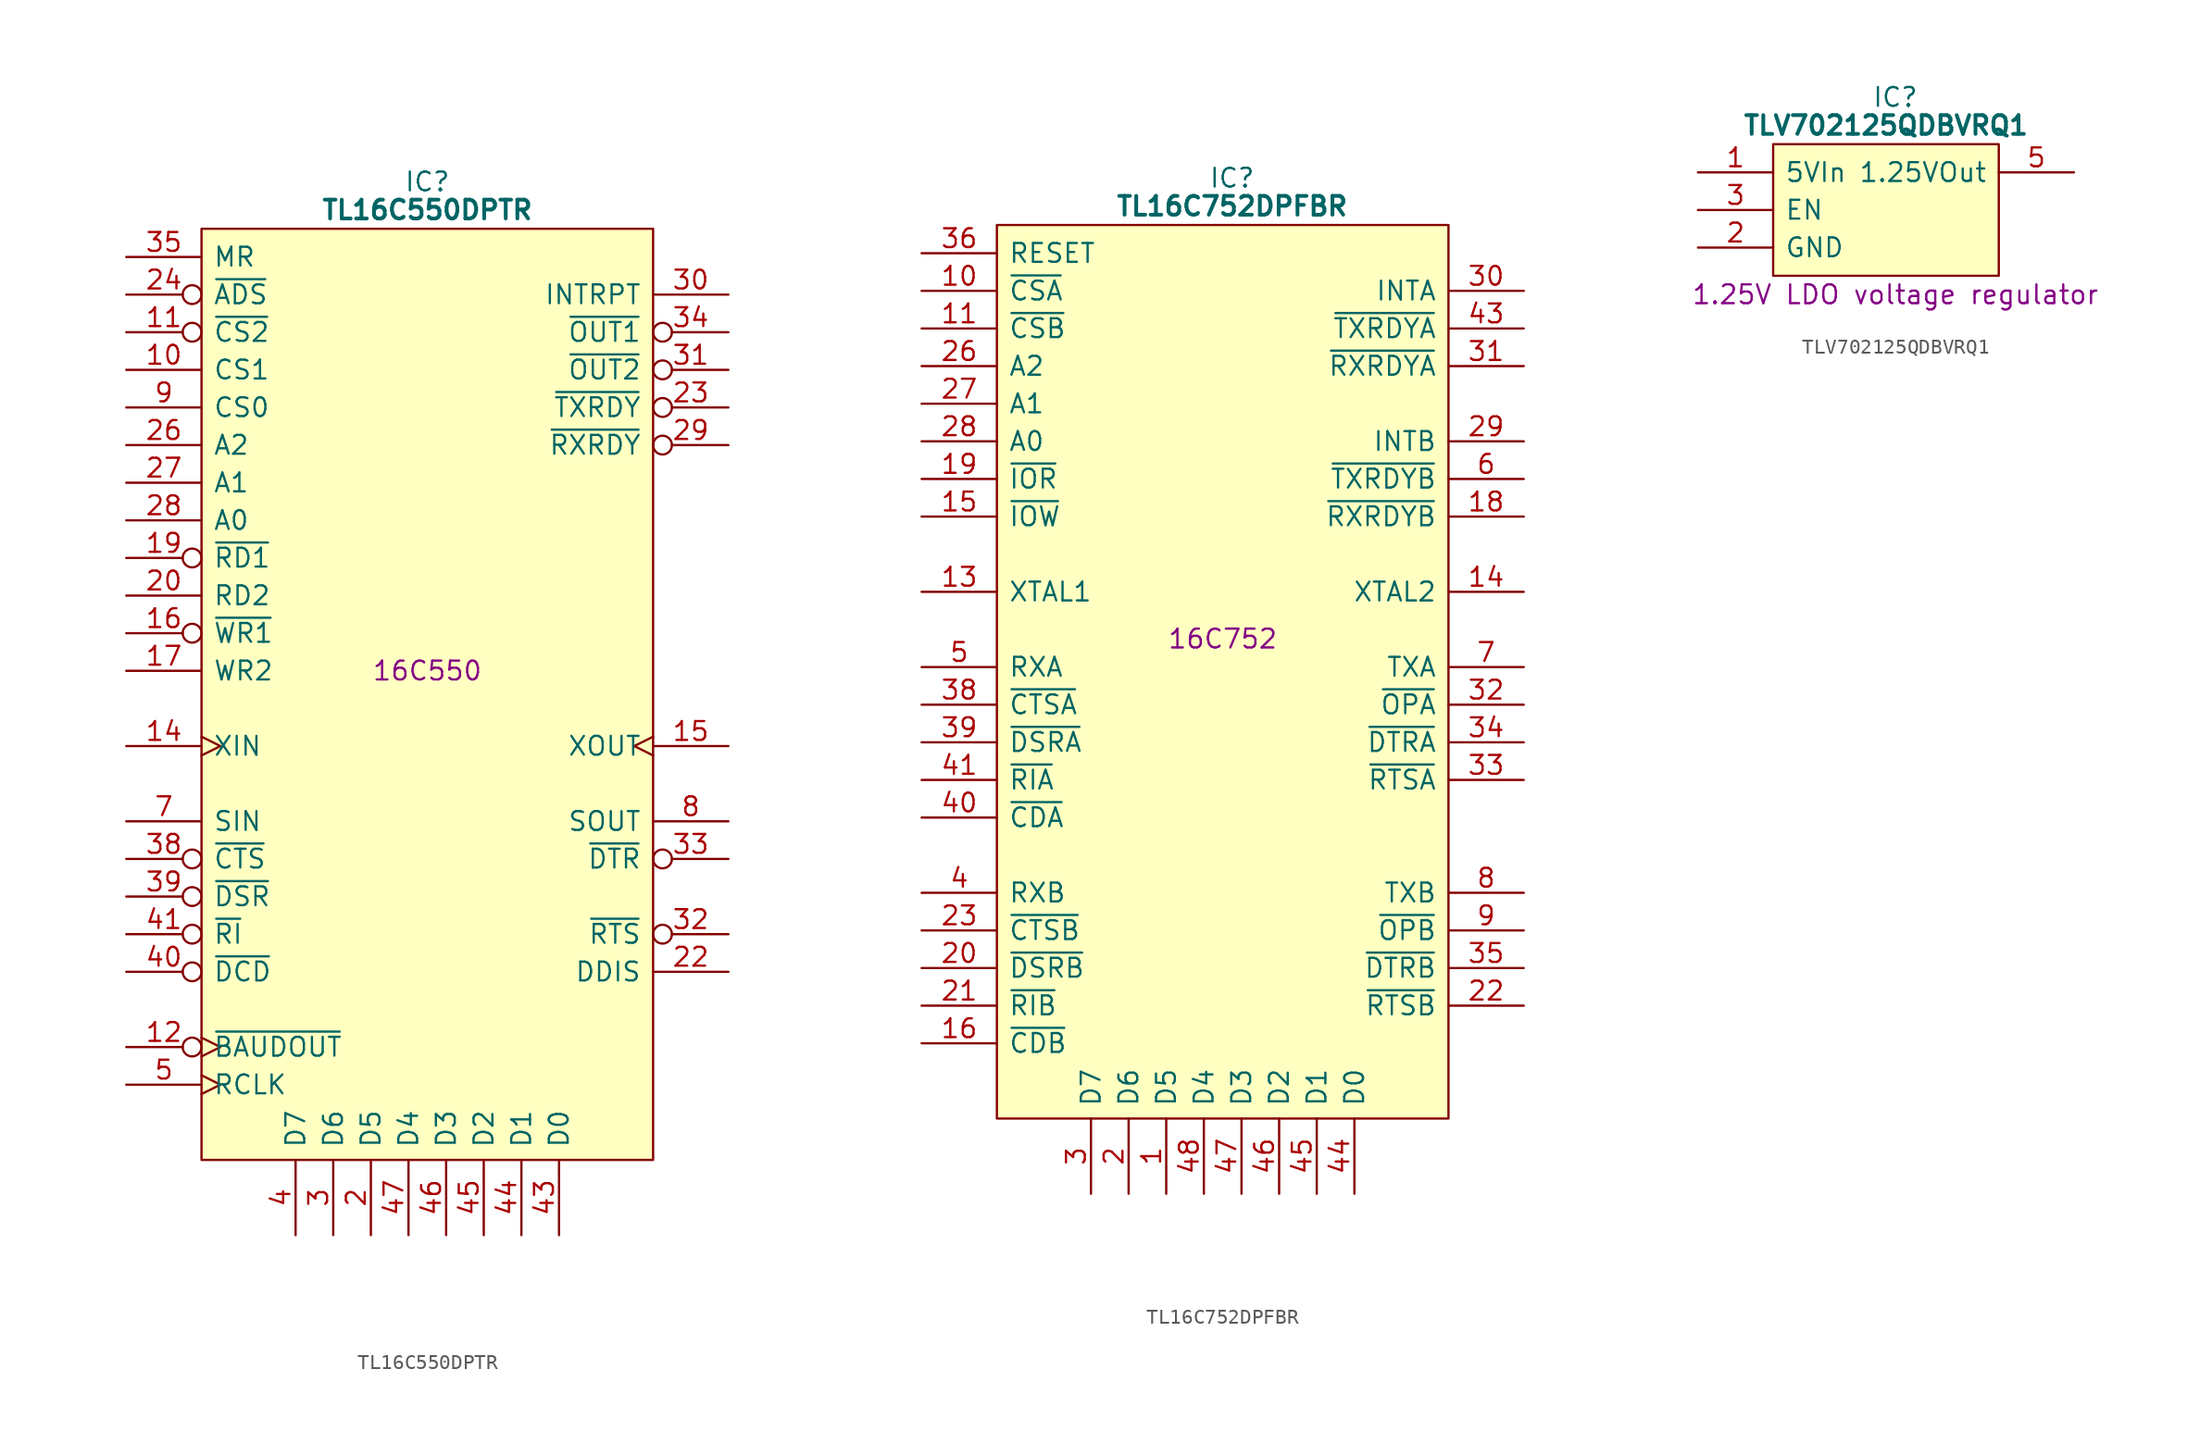
<source format=kicad_sym>
(kicad_symbol_lib
  (version 20241209)
  (generator "kicad_symbol_editor")
  (generator_version "9.0")
  (symbol "TL16C550DPTR"
    (pin_names
      (offset 0.762))
    (property "Reference" "IC"
      (at 20.32 5.08 0)
      (effects (font (size 1.27 1.27))))
    (property "Value" "TL16C550DPTR"
      (at 20.32 3.175 0)
      (effects (font (size 1.27 1.27) (bold yes))))
    (property "Description" "16C550"
      (at 20.32 -27.94 0)
      (effects (font (size 1.27 1.27))))
    (symbol "TL16C550DPTR_0_0"
      (pin input line (at 0 0 0) (length 5.08) (name "MR" (effects (font (size 1.27 1.27)))) (number "35" (effects (font (size 1.27 1.27)))))
      (pin input inverted (at 0 -2.54 0) (length 5.08) (name "~{ADS}" (effects (font (size 1.27 1.27)))) (number "24" (effects (font (size 1.27 1.27)))))
      (pin input inverted (at 0 -5.08 0) (length 5.08) (name "~{CS2}" (effects (font (size 1.27 1.27)))) (number "11" (effects (font (size 1.27 1.27)))))
      (pin input line (at 0 -7.62 0) (length 5.08) (name "CS1" (effects (font (size 1.27 1.27)))) (number "10" (effects (font (size 1.27 1.27)))))
      (pin input line (at 0 -10.16 0) (length 5.08) (name "CS0" (effects (font (size 1.27 1.27)))) (number "9" (effects (font (size 1.27 1.27)))))
      (pin input line (at 0 -12.7 0) (length 5.08) (name "A2" (effects (font (size 1.27 1.27)))) (number "26" (effects (font (size 1.27 1.27)))))
      (pin input line (at 0 -15.24 0) (length 5.08) (name "A1" (effects (font (size 1.27 1.27)))) (number "27" (effects (font (size 1.27 1.27)))))
      (pin input line (at 0 -17.78 0) (length 5.08) (name "A0" (effects (font (size 1.27 1.27)))) (number "28" (effects (font (size 1.27 1.27)))))
      (pin input inverted (at 0 -20.32 0) (length 5.08) (name "~{RD1}" (effects (font (size 1.27 1.27)))) (number "19" (effects (font (size 1.27 1.27)))))
      (pin input line (at 0 -22.86 0) (length 5.08) (name "RD2" (effects (font (size 1.27 1.27)))) (number "20" (effects (font (size 1.27 1.27)))))
      (pin input inverted (at 0 -25.4 0) (length 5.08) (name "~{WR1}" (effects (font (size 1.27 1.27)))) (number "16" (effects (font (size 1.27 1.27)))))
      (pin input line (at 0 -27.94 0) (length 5.08) (name "WR2" (effects (font (size 1.27 1.27)))) (number "17" (effects (font (size 1.27 1.27)))))
      (pin input clock (at 0 -33.02 0) (length 5.08) (name "XIN" (effects (font (size 1.27 1.27)))) (number "14" (effects (font (size 1.27 1.27)))))
      (pin input line (at 0 -38.1 0) (length 5.08) (name "SIN" (effects (font (size 1.27 1.27)))) (number "7" (effects (font (size 1.27 1.27)))))
      (pin input inverted (at 0 -40.64 0) (length 5.08) (name "~{CTS}" (effects (font (size 1.27 1.27)))) (number "38" (effects (font (size 1.27 1.27)))))
      (pin input inverted (at 0 -43.18 0) (length 5.08) (name "~{DSR}" (effects (font (size 1.27 1.27)))) (number "39" (effects (font (size 1.27 1.27)))))
      (pin input inverted (at 0 -45.72 0) (length 5.08) (name "~{RI}" (effects (font (size 1.27 1.27)))) (number "41" (effects (font (size 1.27 1.27)))))
      (pin input inverted (at 0 -48.26 0) (length 5.08) (name "~{DCD}" (effects (font (size 1.27 1.27)))) (number "40" (effects (font (size 1.27 1.27)))))
      (pin input clock (at 0 -55.88 0) (length 5.08) (name "RCLK" (effects (font (size 1.27 1.27)))) (number "5" (effects (font (size 1.27 1.27)))))
      (pin tri_state line (at 11.43 -66.04 90) (length 5.08) (name "D7" (effects (font (size 1.27 1.27)))) (number "4" (effects (font (size 1.27 1.27)))))
      (pin tri_state line (at 13.97 -66.04 90) (length 5.08) (name "D6" (effects (font (size 1.27 1.27)))) (number "3" (effects (font (size 1.27 1.27)))))
      (pin tri_state line (at 16.51 -66.04 90) (length 5.08) (name "D5" (effects (font (size 1.27 1.27)))) (number "2" (effects (font (size 1.27 1.27)))))
      (pin tri_state line (at 19.05 -66.04 90) (length 5.08) (name "D4" (effects (font (size 1.27 1.27)))) (number "47" (effects (font (size 1.27 1.27)))))
      (pin tri_state line (at 21.59 -66.04 90) (length 5.08) (name "D3" (effects (font (size 1.27 1.27)))) (number "46" (effects (font (size 1.27 1.27)))))
      (pin tri_state line (at 24.13 -66.04 90) (length 5.08) (name "D2" (effects (font (size 1.27 1.27)))) (number "45" (effects (font (size 1.27 1.27)))))
      (pin tri_state line (at 26.67 -66.04 90) (length 5.08) (name "D1" (effects (font (size 1.27 1.27)))) (number "44" (effects (font (size 1.27 1.27)))))
      (pin tri_state line (at 29.21 -66.04 90) (length 5.08) (name "D0" (effects (font (size 1.27 1.27)))) (number "43" (effects (font (size 1.27 1.27)))))
      (pin output line (at 40.64 -2.54 180) (length 5.08) (name "INTRPT" (effects (font (size 1.27 1.27)))) (number "30" (effects (font (size 1.27 1.27)))))
      (pin output inverted (at 40.64 -5.08 180) (length 5.08) (name "~{OUT1}" (effects (font (size 1.27 1.27)))) (number "34" (effects (font (size 1.27 1.27)))))
      (pin output inverted (at 40.64 -7.62 180) (length 5.08) (name "~{OUT2}" (effects (font (size 1.27 1.27)))) (number "31" (effects (font (size 1.27 1.27)))))
      (pin output inverted (at 40.64 -10.16 180) (length 5.08) (name "~{TXRDY}" (effects (font (size 1.27 1.27)))) (number "23" (effects (font (size 1.27 1.27)))))
      (pin output inverted (at 40.64 -12.7 180) (length 5.08) (name "~{RXRDY}" (effects (font (size 1.27 1.27)))) (number "29" (effects (font (size 1.27 1.27)))))
      (pin output line (at 40.64 -38.1 180) (length 5.08) (name "SOUT" (effects (font (size 1.27 1.27)))) (number "8" (effects (font (size 1.27 1.27)))))
      (pin output inverted (at 40.64 -40.64 180) (length 5.08) (name "~{DTR}" (effects (font (size 1.27 1.27)))) (number "33" (effects (font (size 1.27 1.27)))))
      (pin output inverted (at 40.64 -45.72 180) (length 5.08) (name "~{RTS}" (effects (font (size 1.27 1.27)))) (number "32" (effects (font (size 1.27 1.27)))))
      (pin output line (at 40.64 -48.26 180) (length 5.08) (name "DDIS" (effects (font (size 1.27 1.27)))) (number "22" (effects (font (size 1.27 1.27))))))
    (symbol "TL16C550DPTR_0_1"
      (polyline (pts (xy 5.08 1.905) (xy 35.56 1.905) (xy 35.56 -60.96) (xy 5.08 -60.96) (xy 5.08 1.905)) (stroke (width 0.152) (type default)) (fill (type background))))
    (symbol "TL16C550DPTR_1_0"
      (pin output inverted_clock (at 0 -53.34 0) (length 5.08) (name "~{BAUDOUT}" (effects (font (size 1.27 1.27)))) (number "12" (effects (font (size 1.27 1.27)))))
      (pin passive line (at 0 -58.42 0) (length 5.08) (hide yes) (name "GND" (effects (font (size 1.27 1.27)))) (number "18" (effects (font (size 1.27 1.27)))))
      (pin passive line (at 40.64 0 180) (length 5.08) (hide yes) (name "5V" (effects (font (size 1.27 1.27)))) (number "42" (effects (font (size 1.27 1.27)))))
      (pin no_connect line (at 40.64 -17.78 180) (length 5.08) (hide yes) (name "N.C." (effects (font (size 1.27 1.27)))) (number "1" (effects (font (size 1.27 1.27)))))
      (pin no_connect line (at 40.64 -20.32 180) (length 5.08) (hide yes) (name "N.C." (effects (font (size 1.27 1.27)))) (number "6" (effects (font (size 1.27 1.27)))))
      (pin no_connect line (at 40.64 -22.86 180) (length 5.08) (hide yes) (name "N.C." (effects (font (size 1.27 1.27)))) (number "13" (effects (font (size 1.27 1.27)))))
      (pin no_connect line (at 40.64 -25.4 180) (length 5.08) (hide yes) (name "N.C." (effects (font (size 1.27 1.27)))) (number "21" (effects (font (size 1.27 1.27)))))
      (pin no_connect line (at 40.64 -27.94 180) (length 5.08) (hide yes) (name "N.C." (effects (font (size 1.27 1.27)))) (number "25" (effects (font (size 1.27 1.27)))))
      (pin output clock (at 40.64 -33.02 180) (length 5.08) (name "XOUT" (effects (font (size 1.27 1.27)))) (number "15" (effects (font (size 1.27 1.27)))))
      (pin no_connect line (at 40.64 -53.34 180) (length 5.08) (hide yes) (name "N.C." (effects (font (size 1.27 1.27)))) (number "36" (effects (font (size 1.27 1.27)))))
      (pin no_connect line (at 40.64 -55.88 180) (length 5.08) (hide yes) (name "N.C." (effects (font (size 1.27 1.27)))) (number "37" (effects (font (size 1.27 1.27)))))
      (pin no_connect line (at 40.64 -58.42 180) (length 5.08) (hide yes) (name "N.C." (effects (font (size 1.27 1.27)))) (number "48" (effects (font (size 1.27 1.27)))))))
  (symbol "TL16C752DPFBR"
    (pin_names
      (offset 0.762))
    (property "Reference" "IC"
      (at 20.955 5.08 0)
      (effects (font (size 1.27 1.27))))
    (property "Value" "TL16C752DPFBR"
      (at 20.955 3.175 0)
      (effects (font (size 1.27 1.27) (bold yes))))
    (property "Description" "16C752"
      (at 20.32 -26.035 0)
      (effects (font (size 1.27 1.27))))
    (symbol "TL16C752DPFBR_0_0"
      (pin input line (at 0 0 0) (length 5.08) (name "RESET" (effects (font (size 1.27 1.27)))) (number "36" (effects (font (size 1.27 1.27)))))
      (pin input line (at 0 -2.54 0) (length 5.08) (name "~{CSA}" (effects (font (size 1.27 1.27)))) (number "10" (effects (font (size 1.27 1.27)))))
      (pin input line (at 0 -5.08 0) (length 5.08) (name "~{CSB}" (effects (font (size 1.27 1.27)))) (number "11" (effects (font (size 1.27 1.27)))))
      (pin input line (at 0 -7.62 0) (length 5.08) (name "A2" (effects (font (size 1.27 1.27)))) (number "26" (effects (font (size 1.27 1.27)))))
      (pin input line (at 0 -10.16 0) (length 5.08) (name "A1" (effects (font (size 1.27 1.27)))) (number "27" (effects (font (size 1.27 1.27)))))
      (pin input line (at 0 -12.7 0) (length 5.08) (name "A0" (effects (font (size 1.27 1.27)))) (number "28" (effects (font (size 1.27 1.27)))))
      (pin input line (at 0 -15.24 0) (length 5.08) (name "~{IOR}" (effects (font (size 1.27 1.27)))) (number "19" (effects (font (size 1.27 1.27)))))
      (pin input line (at 0 -17.78 0) (length 5.08) (name "~{IOW}" (effects (font (size 1.27 1.27)))) (number "15" (effects (font (size 1.27 1.27)))))
      (pin input line (at 0 -22.86 0) (length 5.08) (name "XTAL1" (effects (font (size 1.27 1.27)))) (number "13" (effects (font (size 1.27 1.27)))))
      (pin input line (at 0 -27.94 0) (length 5.08) (name "RXA" (effects (font (size 1.27 1.27)))) (number "5" (effects (font (size 1.27 1.27)))))
      (pin input line (at 0 -30.48 0) (length 5.08) (name "~{CTSA}" (effects (font (size 1.27 1.27)))) (number "38" (effects (font (size 1.27 1.27)))))
      (pin input line (at 0 -33.02 0) (length 5.08) (name "~{DSRA}" (effects (font (size 1.27 1.27)))) (number "39" (effects (font (size 1.27 1.27)))))
      (pin input line (at 0 -35.56 0) (length 5.08) (name "~{RIA}" (effects (font (size 1.27 1.27)))) (number "41" (effects (font (size 1.27 1.27)))))
      (pin input line (at 0 -38.1 0) (length 5.08) (name "~{CDA}" (effects (font (size 1.27 1.27)))) (number "40" (effects (font (size 1.27 1.27)))))
      (pin input line (at 0 -43.18 0) (length 5.08) (name "RXB" (effects (font (size 1.27 1.27)))) (number "4" (effects (font (size 1.27 1.27)))))
      (pin input line (at 0 -45.72 0) (length 5.08) (name "~{CTSB}" (effects (font (size 1.27 1.27)))) (number "23" (effects (font (size 1.27 1.27)))))
      (pin input line (at 0 -48.26 0) (length 5.08) (name "~{DSRB}" (effects (font (size 1.27 1.27)))) (number "20" (effects (font (size 1.27 1.27)))))
      (pin input line (at 0 -50.8 0) (length 5.08) (name "~{RIB}" (effects (font (size 1.27 1.27)))) (number "21" (effects (font (size 1.27 1.27)))))
      (pin input line (at 0 -53.34 0) (length 5.08) (name "~{CDB}" (effects (font (size 1.27 1.27)))) (number "16" (effects (font (size 1.27 1.27)))))
      (pin tri_state line (at 11.43 -63.5 90) (length 5.08) (name "D7" (effects (font (size 1.27 1.27)))) (number "3" (effects (font (size 1.27 1.27)))))
      (pin tri_state line (at 13.97 -63.5 90) (length 5.08) (name "D6" (effects (font (size 1.27 1.27)))) (number "2" (effects (font (size 1.27 1.27)))))
      (pin tri_state line (at 16.51 -63.5 90) (length 5.08) (name "D5" (effects (font (size 1.27 1.27)))) (number "1" (effects (font (size 1.27 1.27)))))
      (pin tri_state line (at 19.05 -63.5 90) (length 5.08) (name "D4" (effects (font (size 1.27 1.27)))) (number "48" (effects (font (size 1.27 1.27)))))
      (pin tri_state line (at 21.59 -63.5 90) (length 5.08) (name "D3" (effects (font (size 1.27 1.27)))) (number "47" (effects (font (size 1.27 1.27)))))
      (pin tri_state line (at 24.13 -63.5 90) (length 5.08) (name "D2" (effects (font (size 1.27 1.27)))) (number "46" (effects (font (size 1.27 1.27)))))
      (pin tri_state line (at 26.67 -63.5 90) (length 5.08) (name "D1" (effects (font (size 1.27 1.27)))) (number "45" (effects (font (size 1.27 1.27)))))
      (pin tri_state line (at 29.21 -63.5 90) (length 5.08) (name "D0" (effects (font (size 1.27 1.27)))) (number "44" (effects (font (size 1.27 1.27)))))
      (pin output line (at 40.64 -2.54 180) (length 5.08) (name "INTA" (effects (font (size 1.27 1.27)))) (number "30" (effects (font (size 1.27 1.27)))))
      (pin output line (at 40.64 -5.08 180) (length 5.08) (name "~{TXRDYA}" (effects (font (size 1.27 1.27)))) (number "43" (effects (font (size 1.27 1.27)))))
      (pin output line (at 40.64 -7.62 180) (length 5.08) (name "~{RXRDYA}" (effects (font (size 1.27 1.27)))) (number "31" (effects (font (size 1.27 1.27)))))
      (pin output line (at 40.64 -12.7 180) (length 5.08) (name "INTB" (effects (font (size 1.27 1.27)))) (number "29" (effects (font (size 1.27 1.27)))))
      (pin output line (at 40.64 -15.24 180) (length 5.08) (name "~{TXRDYB}" (effects (font (size 1.27 1.27)))) (number "6" (effects (font (size 1.27 1.27)))))
      (pin output line (at 40.64 -17.78 180) (length 5.08) (name "~{RXRDYB}" (effects (font (size 1.27 1.27)))) (number "18" (effects (font (size 1.27 1.27)))))
      (pin output line (at 40.64 -22.86 180) (length 5.08) (name "XTAL2" (effects (font (size 1.27 1.27)))) (number "14" (effects (font (size 1.27 1.27)))))
      (pin output line (at 40.64 -27.94 180) (length 5.08) (name "TXA" (effects (font (size 1.27 1.27)))) (number "7" (effects (font (size 1.27 1.27)))))
      (pin output line (at 40.64 -30.48 180) (length 5.08) (name "~{OPA}" (effects (font (size 1.27 1.27)))) (number "32" (effects (font (size 1.27 1.27)))))
      (pin output line (at 40.64 -33.02 180) (length 5.08) (name "~{DTRA}" (effects (font (size 1.27 1.27)))) (number "34" (effects (font (size 1.27 1.27)))))
      (pin output line (at 40.64 -35.56 180) (length 5.08) (name "~{RTSA}" (effects (font (size 1.27 1.27)))) (number "33" (effects (font (size 1.27 1.27)))))
      (pin output line (at 40.64 -43.18 180) (length 5.08) (name "TXB" (effects (font (size 1.27 1.27)))) (number "8" (effects (font (size 1.27 1.27)))))
      (pin output line (at 40.64 -45.72 180) (length 5.08) (name "~{OPB}" (effects (font (size 1.27 1.27)))) (number "9" (effects (font (size 1.27 1.27)))))
      (pin output line (at 40.64 -48.26 180) (length 5.08) (name "~{DTRB}" (effects (font (size 1.27 1.27)))) (number "35" (effects (font (size 1.27 1.27)))))
      (pin output line (at 40.64 -50.8 180) (length 5.08) (name "~{RTSB}" (effects (font (size 1.27 1.27)))) (number "22" (effects (font (size 1.27 1.27))))))
    (symbol "TL16C752DPFBR_0_1"
      (polyline (pts (xy 5.08 1.905) (xy 35.56 1.905) (xy 35.56 -58.42) (xy 5.08 -58.42) (xy 5.08 1.905)) (stroke (width 0.152) (type default)) (fill (type background))))
    (symbol "TL16C752DPFBR_1_0"
      (pin passive line (at 0 -55.88 0) (length 5.08) (hide yes) (name "GND" (effects (font (size 1.27 1.27)))) (number "17" (effects (font (size 1.27 1.27)))))
      (pin passive line (at 40.64 0 180) (length 5.08) (hide yes) (name "5V" (effects (font (size 1.27 1.27)))) (number "42" (effects (font (size 1.27 1.27)))))
      (pin no_connect line (at 40.64 -38.1 180) (length 5.08) (hide yes) (name "N.C." (effects (font (size 1.27 1.27)))) (number "12" (effects (font (size 1.27 1.27)))))
      (pin no_connect line (at 40.64 -40.64 180) (length 5.08) (hide yes) (name "N.C." (effects (font (size 1.27 1.27)))) (number "25" (effects (font (size 1.27 1.27)))))
      (pin no_connect line (at 40.64 -53.34 180) (length 5.08) (hide yes) (name "N.C." (effects (font (size 1.27 1.27)))) (number "24" (effects (font (size 1.27 1.27)))))
      (pin no_connect line (at 40.64 -55.88 180) (length 5.08) (hide yes) (name "N.C." (effects (font (size 1.27 1.27)))) (number "37" (effects (font (size 1.27 1.27)))))))
  (symbol "TLV702125QDBVRQ1"
    (pin_names
      (offset 0.762))
    (property "Reference" "IC"
      (at 13.335 5.08 0)
      (effects (font (size 1.27 1.27))))
    (property "Value" "TLV702125QDBVRQ1"
      (at 12.7 3.175 0)
      (effects (font (size 1.27 1.27) (bold yes))))
    (property "Description" "1.25V LDO voltage regulator"
      (at 13.335 -8.255 0)
      (effects (font (size 1.27 1.27))))
    (symbol "TLV702125QDBVRQ1_0_0"
      (pin passive line (at 0 -5.08 0) (length 5.08) (name "GND" (effects (font (size 1.27 1.27)))) (number "2" (effects (font (size 1.27 1.27))))))
    (symbol "TLV702125QDBVRQ1_0_1"
      (polyline (pts (xy 5.08 1.905) (xy 20.32 1.905) (xy 20.32 -6.985) (xy 5.08 -6.985) (xy 5.08 1.905)) (stroke (width 0) (type default)) (fill (type background))))
    (symbol "TLV702125QDBVRQ1_1_0"
      (pin passive line (at 0 0 0) (length 5.08) (name "5VIn" (effects (font (size 1.27 1.27)))) (number "1" (effects (font (size 1.27 1.27)))))
      (pin input line (at 0 -2.54 0) (length 5.08) (name "EN" (effects (font (size 1.27 1.27)))) (number "3" (effects (font (size 1.27 1.27)))))
      (pin passive line (at 25.4 0 180) (length 5.08) (name "1.25VOut" (effects (font (size 1.27 1.27)))) (number "5" (effects (font (size 1.27 1.27)))))
      (pin no_connect line (at 25.4 -5.08 180) (length 5.08) (hide yes) (name "NC" (effects (font (size 1.27 1.27)))) (number "4" (effects (font (size 1.27 1.27))))))))
</source>
